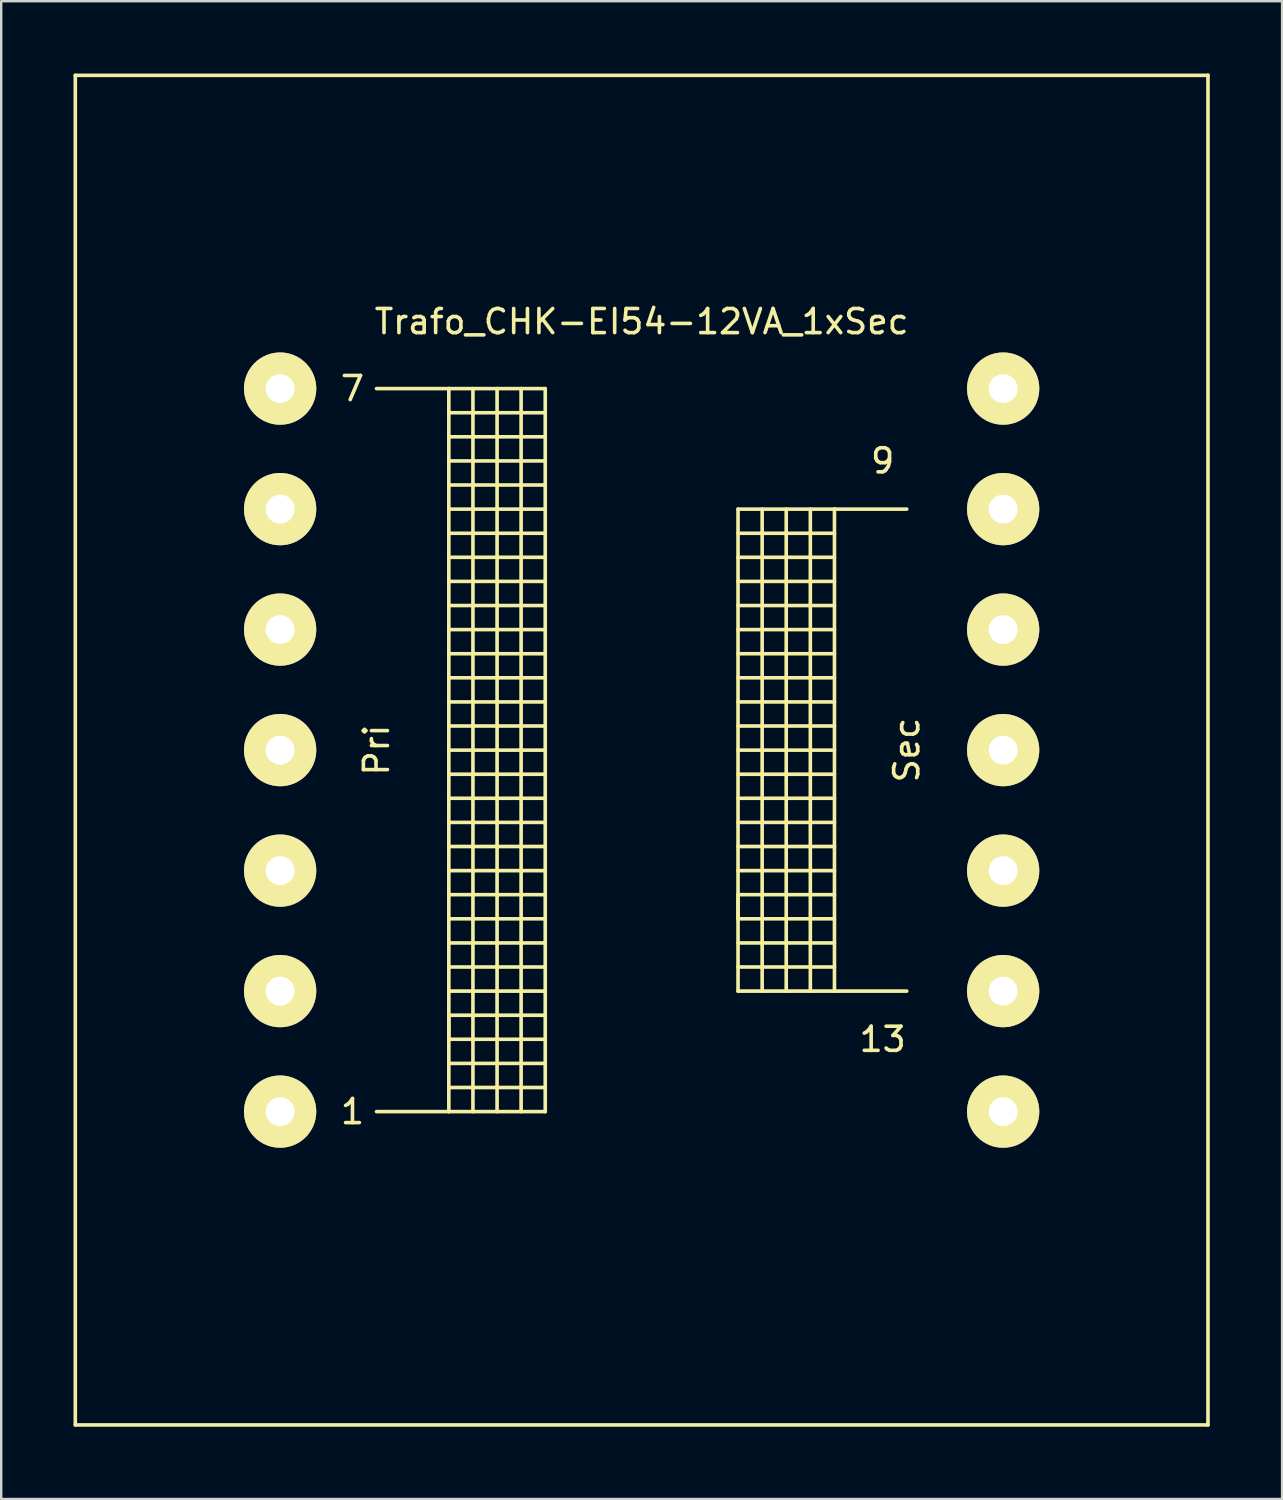
<source format=kicad_pcb>
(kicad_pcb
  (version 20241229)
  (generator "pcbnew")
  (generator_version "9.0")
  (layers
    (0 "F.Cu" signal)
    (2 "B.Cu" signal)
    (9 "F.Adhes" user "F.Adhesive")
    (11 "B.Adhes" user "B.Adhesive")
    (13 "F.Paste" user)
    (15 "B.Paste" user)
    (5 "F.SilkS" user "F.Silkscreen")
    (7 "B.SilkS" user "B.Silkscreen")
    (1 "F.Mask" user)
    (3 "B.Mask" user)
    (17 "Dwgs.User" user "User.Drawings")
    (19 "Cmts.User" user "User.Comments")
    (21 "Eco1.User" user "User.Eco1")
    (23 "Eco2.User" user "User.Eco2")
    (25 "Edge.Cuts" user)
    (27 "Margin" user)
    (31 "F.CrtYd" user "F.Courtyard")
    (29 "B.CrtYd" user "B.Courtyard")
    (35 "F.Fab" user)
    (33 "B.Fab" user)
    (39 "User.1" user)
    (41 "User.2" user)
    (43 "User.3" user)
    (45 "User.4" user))
  (footprint "Trafo_CHK-EI54-12VA_1xSec"
    (layer "F.Cu")
    (at 23.575 28.076)
    (property "Reference" "Trafo_CHK-EI54-12VA_1xSec" (at 0 -17.78 0) (layer "F.SilkS") (effects (font (size 1 1) (thickness 0.15))))
    (attr through_hole)
    (fp_line (start -23.5 -28.001) (end -23.5 28.001) (stroke (width 0.15) (type solid)) (layer "F.SilkS"))
    (fp_line (start -23.5 28.001) (end 23.5 28.001) (stroke (width 0.15) (type solid)) (layer "F.SilkS"))
    (fp_line (start -11.001 -15.001) (end -8.001 -15.001) (stroke (width 0.15) (type solid)) (layer "F.SilkS"))
    (fp_line (start -8.001 -15.001) (end -8.001 15.001) (stroke (width 0.15) (type solid)) (layer "F.SilkS"))
    (fp_line (start -8.001 -15.001) (end -4 -15.001) (stroke (width 0.15) (type solid)) (layer "F.SilkS"))
    (fp_line (start -8.001 -14) (end -4 -14) (stroke (width 0.15) (type solid)) (layer "F.SilkS"))
    (fp_line (start -8.001 -11.999) (end -4 -11.999) (stroke (width 0.15) (type solid)) (layer "F.SilkS"))
    (fp_line (start -8.001 -10) (end -4 -10) (stroke (width 0.15) (type solid)) (layer "F.SilkS"))
    (fp_line (start -8.001 -8.001) (end -4 -8.001) (stroke (width 0.15) (type solid)) (layer "F.SilkS"))
    (fp_line (start -8.001 -5.999) (end -4 -5.999) (stroke (width 0.15) (type solid)) (layer "F.SilkS"))
    (fp_line (start -8.001 -4) (end -4 -4) (stroke (width 0.15) (type solid)) (layer "F.SilkS"))
    (fp_line (start -8.001 -1.999) (end -4 -1.999) (stroke (width 0.15) (type solid)) (layer "F.SilkS"))
    (fp_line (start -8.001 0) (end -4 0) (stroke (width 0.15) (type solid)) (layer "F.SilkS"))
    (fp_line (start -8.001 1.999) (end -4 1.999) (stroke (width 0.15) (type solid)) (layer "F.SilkS"))
    (fp_line (start -8.001 4) (end -4 4) (stroke (width 0.15) (type solid)) (layer "F.SilkS"))
    (fp_line (start -8.001 5.999) (end -4 5.999) (stroke (width 0.15) (type solid)) (layer "F.SilkS"))
    (fp_line (start -8.001 8.001) (end -4 8.001) (stroke (width 0.15) (type solid)) (layer "F.SilkS"))
    (fp_line (start -8.001 10) (end -4 10) (stroke (width 0.15) (type solid)) (layer "F.SilkS"))
    (fp_line (start -8.001 11.001) (end -8.001 11.999) (stroke (width 0.15) (type solid)) (layer "F.SilkS"))
    (fp_line (start -8.001 11.999) (end -4 11.999) (stroke (width 0.15) (type solid)) (layer "F.SilkS"))
    (fp_line (start -8.001 14) (end -4 14) (stroke (width 0.15) (type solid)) (layer "F.SilkS"))
    (fp_line (start -8.001 15.001) (end -11.001 15.001) (stroke (width 0.15) (type solid)) (layer "F.SilkS"))
    (fp_line (start -7 -15.001) (end -7 15.001) (stroke (width 0.15) (type solid)) (layer "F.SilkS"))
    (fp_line (start -5.999 -15.001) (end -5.999 15.001) (stroke (width 0.15) (type solid)) (layer "F.SilkS"))
    (fp_line (start -5.001 3) (end -8.001 3) (stroke (width 0.15) (type solid)) (layer "F.SilkS"))
    (fp_line (start -5.001 3) (end -4 3) (stroke (width 0.15) (type solid)) (layer "F.SilkS"))
    (fp_line (start -5.001 15.001) (end -5.001 -15.001) (stroke (width 0.15) (type solid)) (layer "F.SilkS"))
    (fp_line (start -4 -15.001) (end -4 15.001) (stroke (width 0.15) (type solid)) (layer "F.SilkS"))
    (fp_line (start -4 -13) (end -8.001 -13) (stroke (width 0.15) (type solid)) (layer "F.SilkS"))
    (fp_line (start -4 -11.001) (end -8.001 -11.001) (stroke (width 0.15) (type solid)) (layer "F.SilkS"))
    (fp_line (start -4 -8.999) (end -8.001 -8.999) (stroke (width 0.15) (type solid)) (layer "F.SilkS"))
    (fp_line (start -4 -7) (end -8.001 -7) (stroke (width 0.15) (type solid)) (layer "F.SilkS"))
    (fp_line (start -4 -5.001) (end -8.001 -5.001) (stroke (width 0.15) (type solid)) (layer "F.SilkS"))
    (fp_line (start -4 -3) (end -8.001 -3) (stroke (width 0.15) (type solid)) (layer "F.SilkS"))
    (fp_line (start -4 -1.001) (end -8.001 -1.001) (stroke (width 0.15) (type solid)) (layer "F.SilkS"))
    (fp_line (start -4 1.001) (end -8.001 1.001) (stroke (width 0.15) (type solid)) (layer "F.SilkS"))
    (fp_line (start -4 5.001) (end -8.001 5.001) (stroke (width 0.15) (type solid)) (layer "F.SilkS"))
    (fp_line (start -4 7) (end -8.001 7) (stroke (width 0.15) (type solid)) (layer "F.SilkS"))
    (fp_line (start -4 8.999) (end -8.001 8.999) (stroke (width 0.15) (type solid)) (layer "F.SilkS"))
    (fp_line (start -4 11.001) (end -8.001 11.001) (stroke (width 0.15) (type solid)) (layer "F.SilkS"))
    (fp_line (start -4 13) (end -8.001 13) (stroke (width 0.15) (type solid)) (layer "F.SilkS"))
    (fp_line (start -4 15.001) (end -8.001 15.001) (stroke (width 0.15) (type solid)) (layer "F.SilkS"))
    (fp_line (start 4 -10) (end 4 10) (stroke (width 0.15) (type solid)) (layer "F.SilkS"))
    (fp_line (start 4 -8.999) (end 8.001 -8.999) (stroke (width 0.15) (type solid)) (layer "F.SilkS"))
    (fp_line (start 4 -7) (end 8.001 -7) (stroke (width 0.15) (type solid)) (layer "F.SilkS"))
    (fp_line (start 4 -5.001) (end 8.001 -5.001) (stroke (width 0.15) (type solid)) (layer "F.SilkS"))
    (fp_line (start 4 -3) (end 8.001 -3) (stroke (width 0.15) (type solid)) (layer "F.SilkS"))
    (fp_line (start 4 -1.001) (end 8.001 -1.001) (stroke (width 0.15) (type solid)) (layer "F.SilkS"))
    (fp_line (start 4 1.001) (end 8.001 1.001) (stroke (width 0.15) (type solid)) (layer "F.SilkS"))
    (fp_line (start 4 3) (end 8.001 3) (stroke (width 0.15) (type solid)) (layer "F.SilkS"))
    (fp_line (start 4 5.001) (end 8.001 5.001) (stroke (width 0.15) (type solid)) (layer "F.SilkS"))
    (fp_line (start 4 5.999) (end 4 7) (stroke (width 0.15) (type solid)) (layer "F.SilkS"))
    (fp_line (start 4 7) (end 8.001 7) (stroke (width 0.15) (type solid)) (layer "F.SilkS"))
    (fp_line (start 4 8.999) (end 8.001 8.999) (stroke (width 0.15) (type solid)) (layer "F.SilkS"))
    (fp_line (start 4 10) (end 8.001 10) (stroke (width 0.15) (type solid)) (layer "F.SilkS"))
    (fp_line (start 5.001 10) (end 5.001 -10) (stroke (width 0.15) (type solid)) (layer "F.SilkS"))
    (fp_line (start 5.999 -10) (end 5.999 10) (stroke (width 0.15) (type solid)) (layer "F.SilkS"))
    (fp_line (start 7 10) (end 7 -10) (stroke (width 0.15) (type solid)) (layer "F.SilkS"))
    (fp_line (start 8.001 -10) (end 4 -10) (stroke (width 0.15) (type solid)) (layer "F.SilkS"))
    (fp_line (start 8.001 -10) (end 8.001 10) (stroke (width 0.15) (type solid)) (layer "F.SilkS"))
    (fp_line (start 8.001 -8.001) (end 4 -8.001) (stroke (width 0.15) (type solid)) (layer "F.SilkS"))
    (fp_line (start 8.001 -5.999) (end 4 -5.999) (stroke (width 0.15) (type solid)) (layer "F.SilkS"))
    (fp_line (start 8.001 -4) (end 4 -4) (stroke (width 0.15) (type solid)) (layer "F.SilkS"))
    (fp_line (start 8.001 -1.999) (end 4 -1.999) (stroke (width 0.15) (type solid)) (layer "F.SilkS"))
    (fp_line (start 8.001 0) (end 4 0) (stroke (width 0.15) (type solid)) (layer "F.SilkS"))
    (fp_line (start 8.001 1.999) (end 4 1.999) (stroke (width 0.15) (type solid)) (layer "F.SilkS"))
    (fp_line (start 8.001 4) (end 4 4) (stroke (width 0.15) (type solid)) (layer "F.SilkS"))
    (fp_line (start 8.001 5.999) (end 4 5.999) (stroke (width 0.15) (type solid)) (layer "F.SilkS"))
    (fp_line (start 8.001 8.001) (end 4 8.001) (stroke (width 0.15) (type solid)) (layer "F.SilkS"))
    (fp_line (start 8.001 10) (end 11.001 10) (stroke (width 0.15) (type solid)) (layer "F.SilkS"))
    (fp_line (start 11.001 -10) (end 8.001 -10) (stroke (width 0.15) (type solid)) (layer "F.SilkS"))
    (fp_line (start 23.5 -28.001) (end -23.5 -28.001) (stroke (width 0.15) (type solid)) (layer "F.SilkS"))
    (fp_line (start 23.5 28.001) (end 23.5 -28.001) (stroke (width 0.15) (type solid)) (layer "F.SilkS"))
    (fp_text user "9" (at 10 -12.002 0) (layer "F.SilkS") (effects (font (size 1 1) (thickness 0.15))))
    (fp_text user "Pri" (at -11.001 0 90) (layer "F.SilkS") (effects (font (size 1 1) (thickness 0.15))))
    (fp_text user "13" (at 10 12.002 0) (layer "F.SilkS") (effects (font (size 1 1) (thickness 0.15))))
    (fp_text user "Sec" (at 11.001 0 90) (layer "F.SilkS") (effects (font (size 1 1) (thickness 0.15))))
    (fp_text user "1" (at -11.999 15.001 0) (layer "F.SilkS") (effects (font (size 1 1) (thickness 0.15))))
    (fp_text user "7" (at -11.999 -15.001 0) (layer "F.SilkS") (effects (font (size 1 1) (thickness 0.15))))
    (pad "1" thru_hole circle (at -15.001 15.001) (size 3 3) (drill 1.199) (layers "*.Cu" "*.Mask" "F.SilkS"))
    (pad "2" thru_hole circle (at -15.001 10) (size 3 3) (drill 1.199) (layers "*.Cu" "*.Mask" "F.SilkS"))
    (pad "3" thru_hole circle (at -15.001 5.001) (size 3 3) (drill 1.199) (layers "*.Cu" "*.Mask" "F.SilkS"))
    (pad "4" thru_hole circle (at -15.001 0) (size 3 3) (drill 1.199) (layers "*.Cu" "*.Mask" "F.SilkS"))
    (pad "5" thru_hole circle (at -15.001 -5.001) (size 3 3) (drill 1.199) (layers "*.Cu" "*.Mask" "F.SilkS"))
    (pad "6" thru_hole circle (at -15.001 -10) (size 3 3) (drill 1.199) (layers "*.Cu" "*.Mask" "F.SilkS"))
    (pad "7" thru_hole circle (at -15.001 -15.001) (size 3 3) (drill 1.199) (layers "*.Cu" "*.Mask" "F.SilkS"))
    (pad "8" thru_hole circle (at 15.001 -15.001) (size 3 3) (drill 1.199) (layers "*.Cu" "*.Mask" "F.SilkS"))
    (pad "9" thru_hole circle (at 15.001 -10) (size 3 3) (drill 1.199) (layers "*.Cu" "*.Mask" "F.SilkS"))
    (pad "10" thru_hole circle (at 15.001 -5.001) (size 3 3) (drill 1.199) (layers "*.Cu" "*.Mask" "F.SilkS"))
    (pad "11" thru_hole circle (at 15.001 0) (size 3 3) (drill 1.199) (layers "*.Cu" "*.Mask" "F.SilkS"))
    (pad "12" thru_hole circle (at 15.001 5.001) (size 3 3) (drill 1.199) (layers "*.Cu" "*.Mask" "F.SilkS"))
    (pad "13" thru_hole circle (at 15.001 10) (size 3 3) (drill 1.199) (layers "*.Cu" "*.Mask" "F.SilkS"))
    (pad "14" thru_hole circle (at 15.001 15.001) (size 3 3) (drill 1.199) (layers "*.Cu" "*.Mask" "F.SilkS")))
  (gr_rect
    (start -3 -3)
    (end 50.15 59.152)
    (stroke (width 0.1) (type default))
    (fill no)
    (layer "Edge.Cuts")))
</source>
